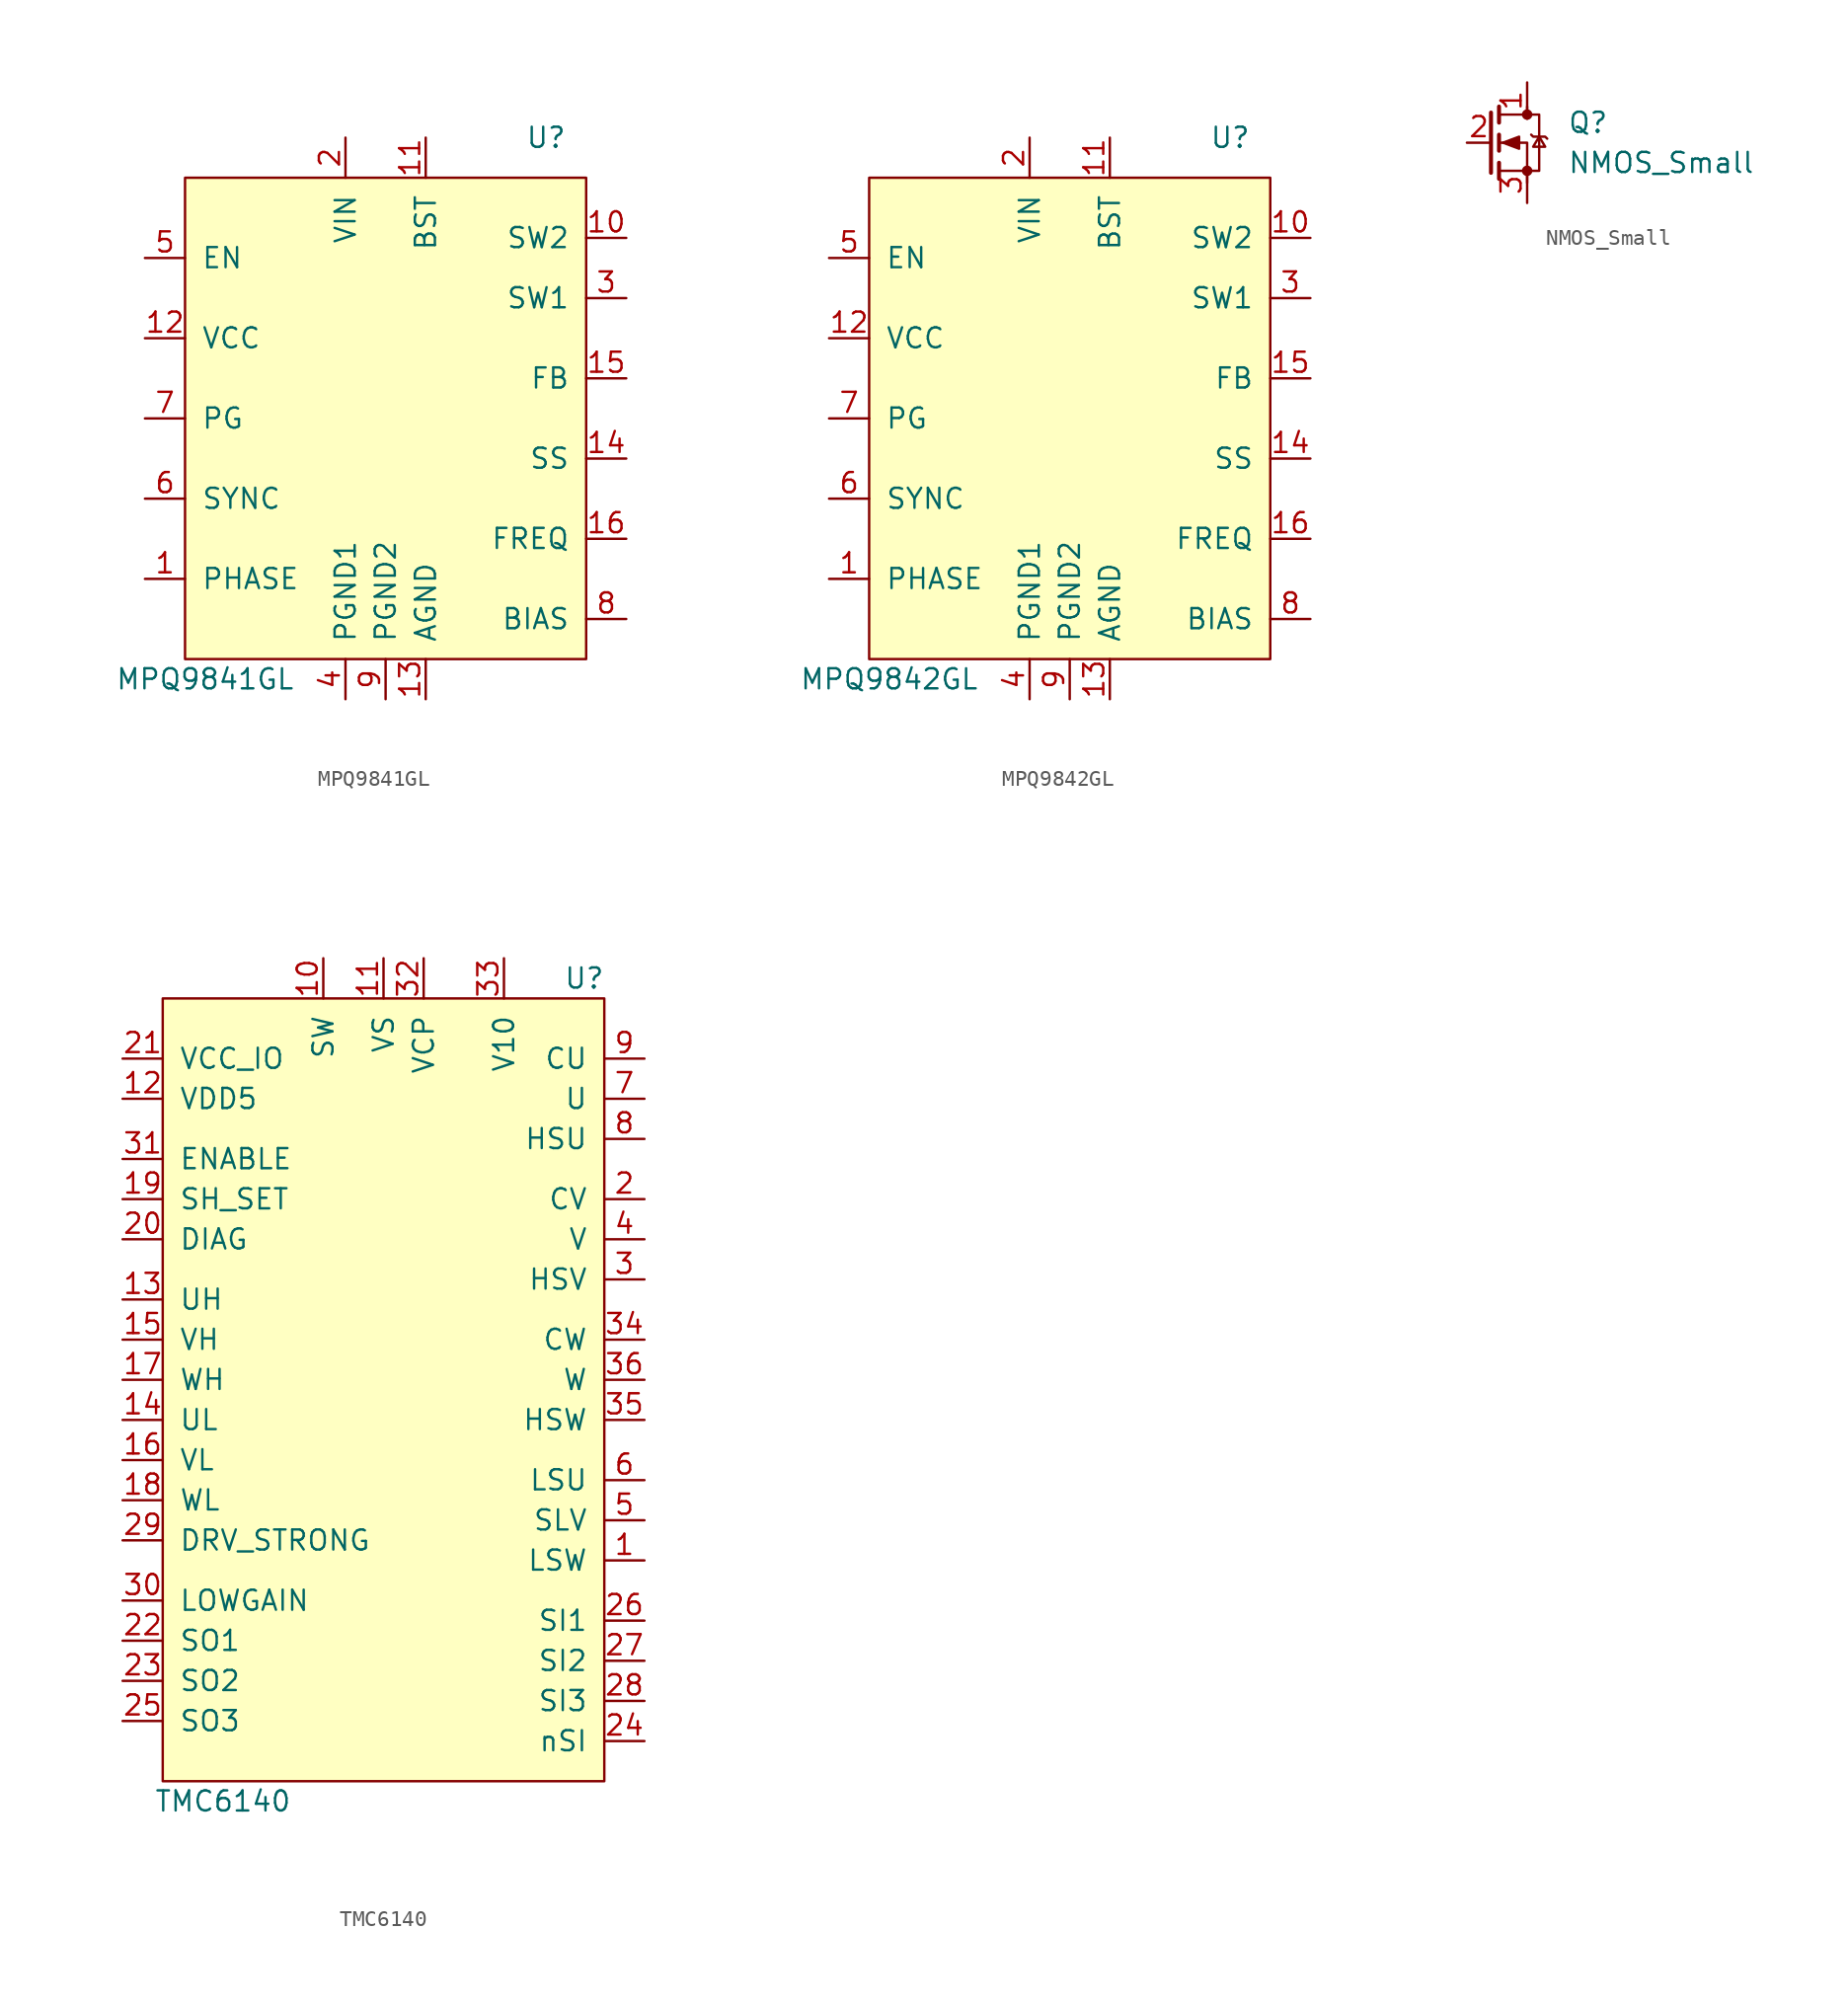
<source format=kicad_sym>
(kicad_symbol_lib
  (version 20211014)
  (generator kicad_symbol_editor)
  (symbol "MPQ9841GL"
    (pin_names
      (offset 1.016))
    (property "Reference" "U"
      (at 10.16 17.78 0)
      (effects (font (size 1.27 1.27))))
    (property "Value" "MPQ9841GL"
      (at -11.43 -16.51 0)
      (effects (font (size 1.27 1.27))))
    (symbol "MPQ9841GL_0_1"
      (rectangle (start -12.7 15.24) (end 12.7 -15.24) (stroke (width 0) (type default) (color 0 0 0 0)) (fill (type background))))
    (symbol "MPQ9841GL_1_1"
      (pin input line (at -15.24 -10.16 0) (length 2.54) (name "PHASE" (effects (font (size 1.27 1.27)))) (number "1" (effects (font (size 1.27 1.27)))))
      (pin input line (at 15.24 11.43 180) (length 2.54) (name "SW2" (effects (font (size 1.27 1.27)))) (number "10" (effects (font (size 1.27 1.27)))))
      (pin input line (at 2.54 17.78 270) (length 2.54) (name "BST" (effects (font (size 1.27 1.27)))) (number "11" (effects (font (size 1.27 1.27)))))
      (pin input line (at -15.24 5.08 0) (length 2.54) (name "VCC" (effects (font (size 1.27 1.27)))) (number "12" (effects (font (size 1.27 1.27)))))
      (pin input line (at 2.54 -17.78 90) (length 2.54) (name "AGND" (effects (font (size 1.27 1.27)))) (number "13" (effects (font (size 1.27 1.27)))))
      (pin input line (at 15.24 -2.54 180) (length 2.54) (name "SS" (effects (font (size 1.27 1.27)))) (number "14" (effects (font (size 1.27 1.27)))))
      (pin input line (at 15.24 2.54 180) (length 2.54) (name "FB" (effects (font (size 1.27 1.27)))) (number "15" (effects (font (size 1.27 1.27)))))
      (pin input line (at 15.24 -7.62 180) (length 2.54) (name "FREQ" (effects (font (size 1.27 1.27)))) (number "16" (effects (font (size 1.27 1.27)))))
      (pin input line (at -2.54 17.78 270) (length 2.54) (name "VIN" (effects (font (size 1.27 1.27)))) (number "2" (effects (font (size 1.27 1.27)))))
      (pin input line (at 15.24 7.62 180) (length 2.54) (name "SW1" (effects (font (size 1.27 1.27)))) (number "3" (effects (font (size 1.27 1.27)))))
      (pin input line (at -2.54 -17.78 90) (length 2.54) (name "PGND1" (effects (font (size 1.27 1.27)))) (number "4" (effects (font (size 1.27 1.27)))))
      (pin input line (at -15.24 10.16 0) (length 2.54) (name "EN" (effects (font (size 1.27 1.27)))) (number "5" (effects (font (size 1.27 1.27)))))
      (pin input line (at -15.24 -5.08 0) (length 2.54) (name "SYNC" (effects (font (size 1.27 1.27)))) (number "6" (effects (font (size 1.27 1.27)))))
      (pin input line (at -15.24 0 0) (length 2.54) (name "PG" (effects (font (size 1.27 1.27)))) (number "7" (effects (font (size 1.27 1.27)))))
      (pin input line (at 15.24 -12.7 180) (length 2.54) (name "BIAS" (effects (font (size 1.27 1.27)))) (number "8" (effects (font (size 1.27 1.27)))))
      (pin input line (at 0 -17.78 90) (length 2.54) (name "PGND2" (effects (font (size 1.27 1.27)))) (number "9" (effects (font (size 1.27 1.27)))))))
  (symbol "MPQ9842GL"
    (pin_names
      (offset 1.016))
    (property "Reference" "U"
      (at 10.16 17.78 0)
      (effects (font (size 1.27 1.27))))
    (property "Value" "MPQ9842GL"
      (at -11.43 -16.51 0)
      (effects (font (size 1.27 1.27))))
    (symbol "MPQ9842GL_0_1"
      (rectangle (start -12.7 15.24) (end 12.7 -15.24) (stroke (width 0) (type default) (color 0 0 0 0)) (fill (type background))))
    (symbol "MPQ9842GL_1_1"
      (pin input line (at -15.24 -10.16 0) (length 2.54) (name "PHASE" (effects (font (size 1.27 1.27)))) (number "1" (effects (font (size 1.27 1.27)))))
      (pin input line (at 15.24 11.43 180) (length 2.54) (name "SW2" (effects (font (size 1.27 1.27)))) (number "10" (effects (font (size 1.27 1.27)))))
      (pin input line (at 2.54 17.78 270) (length 2.54) (name "BST" (effects (font (size 1.27 1.27)))) (number "11" (effects (font (size 1.27 1.27)))))
      (pin input line (at -15.24 5.08 0) (length 2.54) (name "VCC" (effects (font (size 1.27 1.27)))) (number "12" (effects (font (size 1.27 1.27)))))
      (pin input line (at 2.54 -17.78 90) (length 2.54) (name "AGND" (effects (font (size 1.27 1.27)))) (number "13" (effects (font (size 1.27 1.27)))))
      (pin input line (at 15.24 -2.54 180) (length 2.54) (name "SS" (effects (font (size 1.27 1.27)))) (number "14" (effects (font (size 1.27 1.27)))))
      (pin input line (at 15.24 2.54 180) (length 2.54) (name "FB" (effects (font (size 1.27 1.27)))) (number "15" (effects (font (size 1.27 1.27)))))
      (pin input line (at 15.24 -7.62 180) (length 2.54) (name "FREQ" (effects (font (size 1.27 1.27)))) (number "16" (effects (font (size 1.27 1.27)))))
      (pin input line (at -2.54 17.78 270) (length 2.54) (name "VIN" (effects (font (size 1.27 1.27)))) (number "2" (effects (font (size 1.27 1.27)))))
      (pin input line (at 15.24 7.62 180) (length 2.54) (name "SW1" (effects (font (size 1.27 1.27)))) (number "3" (effects (font (size 1.27 1.27)))))
      (pin input line (at -2.54 -17.78 90) (length 2.54) (name "PGND1" (effects (font (size 1.27 1.27)))) (number "4" (effects (font (size 1.27 1.27)))))
      (pin input line (at -15.24 10.16 0) (length 2.54) (name "EN" (effects (font (size 1.27 1.27)))) (number "5" (effects (font (size 1.27 1.27)))))
      (pin input line (at -15.24 -5.08 0) (length 2.54) (name "SYNC" (effects (font (size 1.27 1.27)))) (number "6" (effects (font (size 1.27 1.27)))))
      (pin input line (at -15.24 0 0) (length 2.54) (name "PG" (effects (font (size 1.27 1.27)))) (number "7" (effects (font (size 1.27 1.27)))))
      (pin input line (at 15.24 -12.7 180) (length 2.54) (name "BIAS" (effects (font (size 1.27 1.27)))) (number "8" (effects (font (size 1.27 1.27)))))
      (pin input line (at 0 -17.78 90) (length 2.54) (name "PGND2" (effects (font (size 1.27 1.27)))) (number "9" (effects (font (size 1.27 1.27)))))))
  (symbol "NMOS_Small"
    (pin_names
      (offset 0) hide)
    (property "Reference" "Q"
      (at 5.08 1.27 0)
      (effects (font (size 1.27 1.27)) (justify left)))
    (property "Value" "NMOS_Small"
      (at 5.08 -1.27 0)
      (effects (font (size 1.27 1.27)) (justify left)))
    (symbol "NMOS_Small_0_1"
      (polyline (pts (xy 0.254 1.905) (xy 0.254 -1.905)) (stroke (width 0.254) (type default) (color 0 0 0 0)) (fill (type none)))
      (polyline (pts (xy 0.762 -1.27) (xy 0.762 -2.286)) (stroke (width 0.254) (type default) (color 0 0 0 0)) (fill (type none)))
      (polyline (pts (xy 0.762 0.508) (xy 0.762 -0.508)) (stroke (width 0.254) (type default) (color 0 0 0 0)) (fill (type none)))
      (polyline (pts (xy 0.762 2.286) (xy 0.762 1.27)) (stroke (width 0.254) (type default) (color 0 0 0 0)) (fill (type none)))
      (polyline (pts (xy 2.54 2.286) (xy 2.54 1.524)) (stroke (width 0) (type default) (color 0 0 0 0)) (fill (type none)))
      (polyline (pts (xy 2.54 -2.54) (xy 2.54 0) (xy 0.762 0)) (stroke (width 0) (type default) (color 0 0 0 0)) (fill (type none)))
      (polyline (pts (xy 0.762 -1.778) (xy 3.302 -1.778) (xy 3.302 1.778) (xy 0.762 1.778)) (stroke (width 0) (type default) (color 0 0 0 0)) (fill (type none)))
      (polyline (pts (xy 1.016 0) (xy 2.032 0.381) (xy 2.032 -0.381) (xy 1.016 0)) (stroke (width 0) (type default) (color 0 0 0 0)) (fill (type outline)))
      (polyline (pts (xy 2.794 0.508) (xy 2.921 0.381) (xy 3.683 0.381) (xy 3.81 0.254)) (stroke (width 0) (type default) (color 0 0 0 0)) (fill (type none)))
      (polyline (pts (xy 3.302 0.381) (xy 2.921 -0.254) (xy 3.683 -0.254) (xy 3.302 0.381)) (stroke (width 0) (type default) (color 0 0 0 0)) (fill (type none)))
      (circle (center 2.54 -1.778) (radius 0.254) (stroke (width 0) (type default) (color 0 0 0 0)) (fill (type outline)))
      (circle (center 2.54 1.778) (radius 0.254) (stroke (width 0) (type default) (color 0 0 0 0)) (fill (type outline))))
    (symbol "NMOS_Small_1_1"
      (pin passive line (at 2.54 3.81 270) (length 2.286) (name "D" (effects (font (size 1.27 1.27)))) (number "1" (effects (font (size 1.27 1.27)))))
      (pin input line (at -1.27 0 0) (length 1.524) (name "G" (effects (font (size 1.27 1.27)))) (number "2" (effects (font (size 1.27 1.27)))))
      (pin passive line (at 2.54 -3.81 90) (length 2.286) (name "S" (effects (font (size 1.27 1.27)))) (number "3" (effects (font (size 1.27 1.27)))))))
  (symbol "TMC6140"
    (pin_names
      (offset 1.016))
    (property "Reference" "U"
      (at 12.7 25.4 0)
      (effects (font (size 1.27 1.27))))
    (property "Value" "TMC6140"
      (at -10.16 -26.67 0)
      (effects (font (size 1.27 1.27))))
    (symbol "TMC6140_0_1"
      (rectangle (start -13.97 24.13) (end 13.97 -25.4) (stroke (width 0) (type default) (color 0 0 0 0)) (fill (type background))))
    (symbol "TMC6140_1_1"
      (pin input line (at 16.51 -11.43 180) (length 2.54) (name "LSW" (effects (font (size 1.27 1.27)))) (number "1" (effects (font (size 1.27 1.27)))))
      (pin input line (at -3.81 26.67 270) (length 2.54) (name "SW" (effects (font (size 1.27 1.27)))) (number "10" (effects (font (size 1.27 1.27)))))
      (pin input line (at 0 26.67 270) (length 2.54) (name "VS" (effects (font (size 1.27 1.27)))) (number "11" (effects (font (size 1.27 1.27)))))
      (pin input line (at -16.51 17.78 0) (length 2.54) (name "VDD5" (effects (font (size 1.27 1.27)))) (number "12" (effects (font (size 1.27 1.27)))))
      (pin input line (at -16.51 5.08 0) (length 2.54) (name "UH" (effects (font (size 1.27 1.27)))) (number "13" (effects (font (size 1.27 1.27)))))
      (pin input line (at -16.51 -2.54 0) (length 2.54) (name "UL" (effects (font (size 1.27 1.27)))) (number "14" (effects (font (size 1.27 1.27)))))
      (pin input line (at -16.51 2.54 0) (length 2.54) (name "VH" (effects (font (size 1.27 1.27)))) (number "15" (effects (font (size 1.27 1.27)))))
      (pin input line (at -16.51 -5.08 0) (length 2.54) (name "VL" (effects (font (size 1.27 1.27)))) (number "16" (effects (font (size 1.27 1.27)))))
      (pin input line (at -16.51 0 0) (length 2.54) (name "WH" (effects (font (size 1.27 1.27)))) (number "17" (effects (font (size 1.27 1.27)))))
      (pin input line (at -16.51 -7.62 0) (length 2.54) (name "WL" (effects (font (size 1.27 1.27)))) (number "18" (effects (font (size 1.27 1.27)))))
      (pin input line (at -16.51 11.43 0) (length 2.54) (name "SH_SET" (effects (font (size 1.27 1.27)))) (number "19" (effects (font (size 1.27 1.27)))))
      (pin input line (at 16.51 11.43 180) (length 2.54) (name "CV" (effects (font (size 1.27 1.27)))) (number "2" (effects (font (size 1.27 1.27)))))
      (pin input line (at -16.51 8.89 0) (length 2.54) (name "DIAG" (effects (font (size 1.27 1.27)))) (number "20" (effects (font (size 1.27 1.27)))))
      (pin input line (at -16.51 20.32 0) (length 2.54) (name "VCC_IO" (effects (font (size 1.27 1.27)))) (number "21" (effects (font (size 1.27 1.27)))))
      (pin input line (at -16.51 -16.51 0) (length 2.54) (name "SO1" (effects (font (size 1.27 1.27)))) (number "22" (effects (font (size 1.27 1.27)))))
      (pin input line (at -16.51 -19.05 0) (length 2.54) (name "SO2" (effects (font (size 1.27 1.27)))) (number "23" (effects (font (size 1.27 1.27)))))
      (pin input line (at 16.51 -22.86 180) (length 2.54) (name "nSI" (effects (font (size 1.27 1.27)))) (number "24" (effects (font (size 1.27 1.27)))))
      (pin input line (at -16.51 -21.59 0) (length 2.54) (name "SO3" (effects (font (size 1.27 1.27)))) (number "25" (effects (font (size 1.27 1.27)))))
      (pin input line (at 16.51 -15.24 180) (length 2.54) (name "SI1" (effects (font (size 1.27 1.27)))) (number "26" (effects (font (size 1.27 1.27)))))
      (pin input line (at 16.51 -17.78 180) (length 2.54) (name "SI2" (effects (font (size 1.27 1.27)))) (number "27" (effects (font (size 1.27 1.27)))))
      (pin input line (at 16.51 -20.32 180) (length 2.54) (name "SI3" (effects (font (size 1.27 1.27)))) (number "28" (effects (font (size 1.27 1.27)))))
      (pin input line (at -16.51 -10.16 0) (length 2.54) (name "DRV_STRONG" (effects (font (size 1.27 1.27)))) (number "29" (effects (font (size 1.27 1.27)))))
      (pin input line (at 16.51 6.35 180) (length 2.54) (name "HSV" (effects (font (size 1.27 1.27)))) (number "3" (effects (font (size 1.27 1.27)))))
      (pin input line (at -16.51 -13.97 0) (length 2.54) (name "LOWGAIN" (effects (font (size 1.27 1.27)))) (number "30" (effects (font (size 1.27 1.27)))))
      (pin input line (at -16.51 13.97 0) (length 2.54) (name "ENABLE" (effects (font (size 1.27 1.27)))) (number "31" (effects (font (size 1.27 1.27)))))
      (pin input line (at 2.54 26.67 270) (length 2.54) (name "VCP" (effects (font (size 1.27 1.27)))) (number "32" (effects (font (size 1.27 1.27)))))
      (pin input line (at 7.62 26.67 270) (length 2.54) (name "V10" (effects (font (size 1.27 1.27)))) (number "33" (effects (font (size 1.27 1.27)))))
      (pin input line (at 16.51 2.54 180) (length 2.54) (name "CW" (effects (font (size 1.27 1.27)))) (number "34" (effects (font (size 1.27 1.27)))))
      (pin input line (at 16.51 -2.54 180) (length 2.54) (name "HSW" (effects (font (size 1.27 1.27)))) (number "35" (effects (font (size 1.27 1.27)))))
      (pin input line (at 16.51 0 180) (length 2.54) (name "W" (effects (font (size 1.27 1.27)))) (number "36" (effects (font (size 1.27 1.27)))))
      (pin input line (at 16.51 8.89 180) (length 2.54) (name "V" (effects (font (size 1.27 1.27)))) (number "4" (effects (font (size 1.27 1.27)))))
      (pin input line (at 16.51 -8.89 180) (length 2.54) (name "SLV" (effects (font (size 1.27 1.27)))) (number "5" (effects (font (size 1.27 1.27)))))
      (pin input line (at 16.51 -6.35 180) (length 2.54) (name "LSU" (effects (font (size 1.27 1.27)))) (number "6" (effects (font (size 1.27 1.27)))))
      (pin input line (at 16.51 17.78 180) (length 2.54) (name "U" (effects (font (size 1.27 1.27)))) (number "7" (effects (font (size 1.27 1.27)))))
      (pin input line (at 16.51 15.24 180) (length 2.54) (name "HSU" (effects (font (size 1.27 1.27)))) (number "8" (effects (font (size 1.27 1.27)))))
      (pin input line (at 16.51 20.32 180) (length 2.54) (name "CU" (effects (font (size 1.27 1.27)))) (number "9" (effects (font (size 1.27 1.27))))))))
</source>
